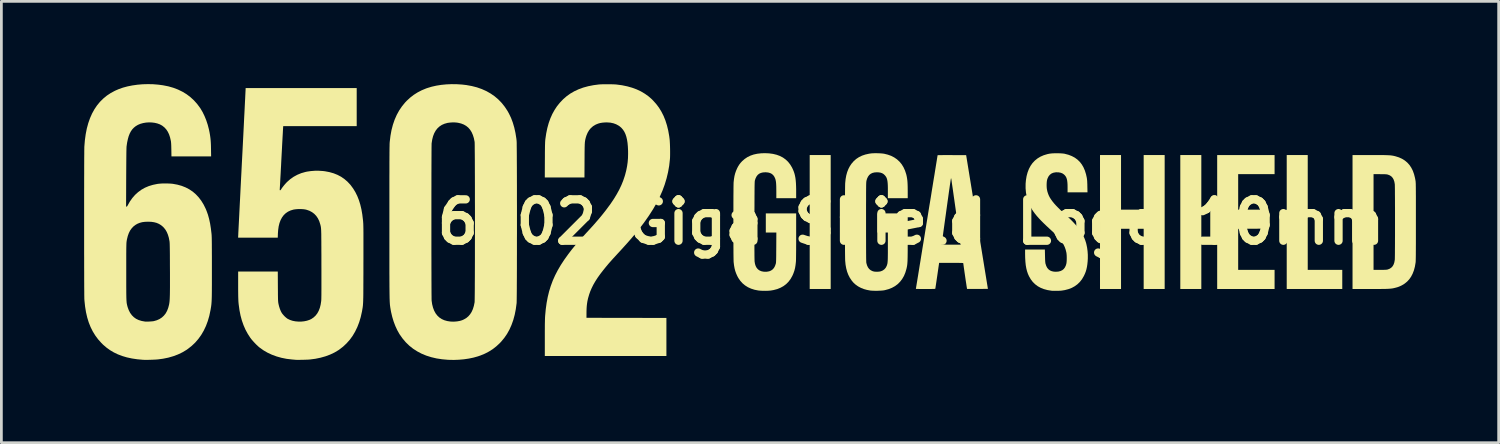
<source format=kicad_pcb>
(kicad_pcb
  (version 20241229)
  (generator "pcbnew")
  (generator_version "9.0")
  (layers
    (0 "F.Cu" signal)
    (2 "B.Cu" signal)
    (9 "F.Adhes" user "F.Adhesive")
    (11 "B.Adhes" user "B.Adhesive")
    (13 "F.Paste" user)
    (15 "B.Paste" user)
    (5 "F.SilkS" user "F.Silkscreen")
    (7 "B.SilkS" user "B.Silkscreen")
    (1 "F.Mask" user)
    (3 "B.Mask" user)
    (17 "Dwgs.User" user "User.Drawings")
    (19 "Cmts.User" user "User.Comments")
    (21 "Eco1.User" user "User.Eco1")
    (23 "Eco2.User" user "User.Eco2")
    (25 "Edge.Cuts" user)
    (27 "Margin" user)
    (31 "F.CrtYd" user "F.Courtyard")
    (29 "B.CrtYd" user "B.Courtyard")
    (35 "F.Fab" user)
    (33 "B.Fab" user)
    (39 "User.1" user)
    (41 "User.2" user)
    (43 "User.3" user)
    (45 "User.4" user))
  (footprint "6502 Giga Shield Logo 10mm"
    (layer "F.Cu")
    (at 29.977 4.999)
    (property "Reference" "6502 Giga Shield Logo 10mm" (at 0 0 0) (layer "F.SilkS") (effects (font (size 1.5 1.5) (thickness 0.3))))
    (attr board_only exclude_from_pos_files exclude_from_bom)
    (fp_poly (pts (xy -2.911 0) (xy -2.911 2.428) (xy -3.291 2.428) (xy -3.672 2.428) (xy -3.672 0) (xy -3.672 -2.428) (xy -3.291 -2.428) (xy -2.911 -2.428)) (stroke (width 0) (type solid)) (fill yes) (layer "F.SilkS"))
    (fp_poly (pts (xy 10.526 0) (xy 10.526 2.428) (xy 10.145 2.428) (xy 9.764 2.428) (xy 9.764 0) (xy 9.764 -2.428) (xy 10.145 -2.428) (xy 10.526 -2.428)) (stroke (width 0) (type solid)) (fill yes) (layer "F.SilkS"))
    (fp_poly (pts (xy 14.384 -0.347) (xy 14.384 1.735) (xy 15.01 1.735) (xy 15.636 1.735) (xy 15.636 2.081) (xy 15.636 2.428) (xy 14.629 2.428) (xy 13.622 2.428) (xy 13.622 0) (xy 13.622 -2.428) (xy 14.003 -2.428) (xy 14.384 -2.428)) (stroke (width 0) (type solid)) (fill yes) (layer "F.SilkS"))
    (fp_poly (pts (xy 7.615 -1.438) (xy 7.615 -0.448) (xy 8.025 -0.448) (xy 8.436 -0.448) (xy 8.436 -1.438) (xy 8.436 -2.428) (xy 8.816 -2.428) (xy 9.197 -2.428) (xy 9.197 0) (xy 9.197 2.428) (xy 8.816 2.428) (xy 8.436 2.428) (xy 8.436 1.337) (xy 8.436 0.245) (xy 8.025 0.245) (xy 7.615 0.245) (xy 7.615 1.337) (xy 7.615 2.428) (xy 7.234 2.428) (xy 6.853 2.428) (xy 6.853 0) (xy 6.853 -2.428) (xy 7.234 -2.428) (xy 7.615 -2.428)) (stroke (width 0) (type solid)) (fill yes) (layer "F.SilkS"))
    (fp_poly (pts (xy 13.182 -2.081) (xy 13.182 -1.735) (xy 12.522 -1.735) (xy 11.862 -1.735) (xy 11.862 -1.091) (xy 11.862 -0.448) (xy 12.387 -0.448) (xy 12.912 -0.448) (xy 12.91 -0.104) (xy 12.907 0.241) (xy 12.385 0.243) (xy 11.862 0.245) (xy 11.862 0.99) (xy 11.862 1.735) (xy 12.522 1.735) (xy 13.182 1.735) (xy 13.182 2.081) (xy 13.182 2.428) (xy 12.142 2.428) (xy 11.101 2.428) (xy 11.101 0) (xy 11.101 -2.428) (xy 12.142 -2.428) (xy 13.182 -2.428)) (stroke (width 0) (type solid)) (fill yes) (layer "F.SilkS"))
    (fp_poly (pts (xy 16.776 -2.428) (xy 16.892 -2.428) (xy 16.993 -2.428) (xy 17.081 -2.427) (xy 17.158 -2.426) (xy 17.224 -2.424) (xy 17.281 -2.422) (xy 17.331 -2.42) (xy 17.374 -2.417) (xy 17.412 -2.413) (xy 17.447 -2.408) (xy 17.478 -2.403) (xy 17.509 -2.396) (xy 17.54 -2.389) (xy 17.567 -2.382) (xy 17.691 -2.343) (xy 17.803 -2.292) (xy 17.903 -2.23) (xy 17.992 -2.156) (xy 18.07 -2.07) (xy 18.137 -1.971) (xy 18.193 -1.86) (xy 18.238 -1.735) (xy 18.273 -1.597) (xy 18.29 -1.506) (xy 18.292 -1.493) (xy 18.294 -1.478) (xy 18.296 -1.462) (xy 18.297 -1.444) (xy 18.298 -1.422) (xy 18.3 -1.396) (xy 18.301 -1.365) (xy 18.301 -1.328) (xy 18.302 -1.285) (xy 18.303 -1.234) (xy 18.303 -1.175) (xy 18.304 -1.107) (xy 18.304 -1.03) (xy 18.305 -0.941) (xy 18.305 -0.841) (xy 18.305 -0.729) (xy 18.305 -0.604) (xy 18.305 -0.465) (xy 18.305 -0.311) (xy 18.305 -0.141) (xy 18.305 -0.008) (xy 18.305 0.181) (xy 18.305 0.355) (xy 18.305 0.513) (xy 18.305 0.656) (xy 18.305 0.785) (xy 18.304 0.9) (xy 18.304 1.003) (xy 18.303 1.093) (xy 18.303 1.172) (xy 18.302 1.241) (xy 18.301 1.299) (xy 18.3 1.348) (xy 18.299 1.388) (xy 18.298 1.42) (xy 18.297 1.445) (xy 18.295 1.463) (xy 18.294 1.472) (xy 18.269 1.619) (xy 18.233 1.753) (xy 18.187 1.873) (xy 18.131 1.981) (xy 18.065 2.076) (xy 17.987 2.16) (xy 17.899 2.232) (xy 17.802 2.292) (xy 17.744 2.321) (xy 17.69 2.344) (xy 17.633 2.364) (xy 17.567 2.382) (xy 17.535 2.39) (xy 17.504 2.397) (xy 17.473 2.404) (xy 17.441 2.409) (xy 17.406 2.413) (xy 17.367 2.417) (xy 17.323 2.42) (xy 17.272 2.423) (xy 17.214 2.425) (xy 17.146 2.426) (xy 17.067 2.427) (xy 16.977 2.428) (xy 16.873 2.428) (xy 16.755 2.428) (xy 16.645 2.428) (xy 16.008 2.428) (xy 16.008 0) (xy 16.008 -1.735) (xy 16.77 -1.735) (xy 16.77 0) (xy 16.77 1.735) (xy 17 1.735) (xy 17.072 1.734) (xy 17.128 1.734) (xy 17.173 1.733) (xy 17.208 1.731) (xy 17.235 1.729) (xy 17.258 1.726) (xy 17.278 1.722) (xy 17.289 1.719) (xy 17.357 1.692) (xy 17.414 1.654) (xy 17.461 1.604) (xy 17.497 1.541) (xy 17.523 1.465) (xy 17.539 1.376) (xy 17.54 1.372) (xy 17.541 1.353) (xy 17.542 1.318) (xy 17.543 1.267) (xy 17.544 1.2) (xy 17.545 1.119) (xy 17.545 1.024) (xy 17.546 0.914) (xy 17.547 0.792) (xy 17.547 0.657) (xy 17.548 0.509) (xy 17.548 0.35) (xy 17.548 0.18) (xy 17.548 0) (xy 17.548 -0.181) (xy 17.548 -0.351) (xy 17.548 -0.51) (xy 17.547 -0.657) (xy 17.547 -0.792) (xy 17.546 -0.915) (xy 17.545 -1.024) (xy 17.545 -1.119) (xy 17.544 -1.201) (xy 17.543 -1.267) (xy 17.542 -1.318) (xy 17.541 -1.353) (xy 17.54 -1.372) (xy 17.524 -1.462) (xy 17.498 -1.539) (xy 17.462 -1.602) (xy 17.416 -1.653) (xy 17.359 -1.691) (xy 17.291 -1.718) (xy 17.289 -1.719) (xy 17.269 -1.723) (xy 17.249 -1.727) (xy 17.224 -1.73) (xy 17.194 -1.732) (xy 17.155 -1.733) (xy 17.106 -1.734) (xy 17.044 -1.734) (xy 17 -1.735) (xy 16.77 -1.735) (xy 16.008 -1.735) (xy 16.008 -2.428) (xy 16.645 -2.428)) (stroke (width 0) (type solid)) (fill yes) (layer "F.SilkS"))
    (fp_poly (pts (xy 1.406 -2.427) (xy 1.482 -2.426) (xy 2 -2.424) (xy 2.395 0) (xy 2.789 2.424) (xy 2.413 2.426) (xy 2.335 2.427) (xy 2.262 2.427) (xy 2.196 2.427) (xy 2.139 2.427) (xy 2.092 2.426) (xy 2.058 2.426) (xy 2.037 2.425) (xy 2.032 2.424) (xy 2.03 2.416) (xy 2.027 2.392) (xy 2.021 2.355) (xy 2.013 2.307) (xy 2.005 2.25) (xy 1.995 2.185) (xy 1.984 2.115) (xy 1.973 2.04) (xy 1.962 1.964) (xy 1.951 1.888) (xy 1.94 1.813) (xy 1.93 1.741) (xy 1.92 1.676) (xy 1.912 1.617) (xy 1.905 1.567) (xy 1.9 1.528) (xy 1.896 1.503) (xy 1.895 1.491) (xy 1.892 1.489) (xy 1.881 1.487) (xy 1.862 1.485) (xy 1.833 1.484) (xy 1.793 1.483) (xy 1.742 1.482) (xy 1.677 1.481) (xy 1.598 1.481) (xy 1.504 1.481) (xy 1.457 1.481) (xy 1.02 1.481) (xy 0.953 1.944) (xy 0.94 2.031) (xy 0.928 2.113) (xy 0.917 2.188) (xy 0.907 2.255) (xy 0.898 2.313) (xy 0.891 2.36) (xy 0.886 2.394) (xy 0.883 2.413) (xy 0.882 2.418) (xy 0.877 2.42) (xy 0.865 2.423) (xy 0.843 2.425) (xy 0.812 2.426) (xy 0.768 2.427) (xy 0.712 2.428) (xy 0.642 2.428) (xy 0.556 2.428) (xy 0.528 2.428) (xy 0.453 2.428) (xy 0.383 2.428) (xy 0.321 2.428) (xy 0.268 2.427) (xy 0.225 2.427) (xy 0.195 2.426) (xy 0.18 2.425) (xy 0.178 2.425) (xy 0.179 2.417) (xy 0.183 2.392) (xy 0.189 2.352) (xy 0.198 2.298) (xy 0.209 2.229) (xy 0.223 2.147) (xy 0.238 2.052) (xy 0.256 1.945) (xy 0.275 1.826) (xy 0.296 1.697) (xy 0.318 1.558) (xy 0.343 1.409) (xy 0.368 1.251) (xy 0.395 1.086) (xy 0.423 0.912) (xy 0.44 0.81) (xy 1.111 0.81) (xy 1.114 0.813) (xy 1.121 0.815) (xy 1.134 0.817) (xy 1.154 0.818) (xy 1.183 0.819) (xy 1.222 0.82) (xy 1.273 0.82) (xy 1.337 0.821) (xy 1.416 0.821) (xy 1.455 0.821) (xy 1.803 0.821) (xy 1.798 0.802) (xy 1.797 0.791) (xy 1.793 0.765) (xy 1.787 0.724) (xy 1.779 0.669) (xy 1.769 0.601) (xy 1.758 0.521) (xy 1.745 0.43) (xy 1.731 0.33) (xy 1.715 0.22) (xy 1.698 0.102) (xy 1.681 -0.023) (xy 1.662 -0.154) (xy 1.643 -0.29) (xy 1.628 -0.398) (xy 1.608 -0.537) (xy 1.589 -0.672) (xy 1.571 -0.801) (xy 1.553 -0.923) (xy 1.537 -1.038) (xy 1.522 -1.145) (xy 1.508 -1.242) (xy 1.495 -1.329) (xy 1.484 -1.405) (xy 1.475 -1.468) (xy 1.468 -1.519) (xy 1.463 -1.555) (xy 1.459 -1.576) (xy 1.458 -1.582) (xy 1.451 -1.58) (xy 1.448 -1.577) (xy 1.446 -1.568) (xy 1.442 -1.543) (xy 1.436 -1.503) (xy 1.428 -1.45) (xy 1.418 -1.383) (xy 1.406 -1.304) (xy 1.394 -1.215) (xy 1.379 -1.115) (xy 1.364 -1.006) (xy 1.348 -0.889) (xy 1.33 -0.764) (xy 1.312 -0.634) (xy 1.293 -0.498) (xy 1.278 -0.389) (xy 1.259 -0.25) (xy 1.24 -0.115) (xy 1.222 0.015) (xy 1.205 0.138) (xy 1.189 0.254) (xy 1.174 0.361) (xy 1.161 0.46) (xy 1.148 0.548) (xy 1.138 0.624) (xy 1.128 0.689) (xy 1.121 0.74) (xy 1.116 0.777) (xy 1.112 0.8) (xy 1.111 0.806) (xy 1.111 0.81) (xy 0.44 0.81) (xy 0.453 0.732) (xy 0.483 0.546) (xy 0.514 0.354) (xy 0.546 0.158) (xy 0.571 0.004) (xy 0.604 -0.196) (xy 0.635 -0.391) (xy 0.666 -0.582) (xy 0.697 -0.767) (xy 0.726 -0.945) (xy 0.753 -1.117) (xy 0.78 -1.281) (xy 0.805 -1.437) (xy 0.829 -1.584) (xy 0.852 -1.721) (xy 0.872 -1.848) (xy 0.891 -1.964) (xy 0.908 -2.069) (xy 0.923 -2.161) (xy 0.936 -2.24) (xy 0.946 -2.306) (xy 0.955 -2.358) (xy 0.96 -2.394) (xy 0.964 -2.416) (xy 0.965 -2.421) (xy 0.973 -2.422) (xy 0.997 -2.424) (xy 1.035 -2.425) (xy 1.087 -2.425) (xy 1.152 -2.426) (xy 1.227 -2.426) (xy 1.312 -2.427)) (stroke (width 0) (type solid)) (fill yes) (layer "F.SilkS"))
    (fp_poly (pts (xy 5.359 -2.492) (xy 5.433 -2.489) (xy 5.501 -2.484) (xy 5.557 -2.477) (xy 5.58 -2.472) (xy 5.712 -2.437) (xy 5.832 -2.39) (xy 5.939 -2.333) (xy 6.035 -2.263) (xy 6.119 -2.182) (xy 6.192 -2.088) (xy 6.254 -1.982) (xy 6.305 -1.863) (xy 6.346 -1.731) (xy 6.373 -1.608) (xy 6.379 -1.569) (xy 6.384 -1.529) (xy 6.388 -1.484) (xy 6.39 -1.43) (xy 6.393 -1.366) (xy 6.394 -1.292) (xy 6.399 -1.075) (xy 6.038 -1.075) (xy 5.677 -1.075) (xy 5.677 -1.25) (xy 5.676 -1.348) (xy 5.671 -1.43) (xy 5.663 -1.5) (xy 5.65 -1.559) (xy 5.632 -1.61) (xy 5.609 -1.653) (xy 5.58 -1.691) (xy 5.546 -1.724) (xy 5.491 -1.762) (xy 5.426 -1.787) (xy 5.35 -1.801) (xy 5.267 -1.803) (xy 5.231 -1.8) (xy 5.156 -1.785) (xy 5.09 -1.756) (xy 5.035 -1.713) (xy 4.989 -1.657) (xy 4.954 -1.587) (xy 4.936 -1.534) (xy 4.927 -1.49) (xy 4.921 -1.434) (xy 4.918 -1.371) (xy 4.918 -1.306) (xy 4.921 -1.245) (xy 4.927 -1.191) (xy 4.928 -1.187) (xy 4.943 -1.113) (xy 4.965 -1.041) (xy 4.992 -0.971) (xy 5.027 -0.9) (xy 5.071 -0.829) (xy 5.123 -0.756) (xy 5.184 -0.679) (xy 5.257 -0.598) (xy 5.341 -0.512) (xy 5.437 -0.418) (xy 5.547 -0.317) (xy 5.563 -0.302) (xy 5.689 -0.185) (xy 5.802 -0.077) (xy 5.901 0.026) (xy 5.989 0.123) (xy 6.066 0.216) (xy 6.133 0.306) (xy 6.191 0.395) (xy 6.24 0.484) (xy 6.282 0.573) (xy 6.318 0.665) (xy 6.348 0.759) (xy 6.361 0.812) (xy 6.385 0.929) (xy 6.402 1.056) (xy 6.411 1.188) (xy 6.411 1.319) (xy 6.405 1.426) (xy 6.394 1.534) (xy 6.379 1.63) (xy 6.36 1.717) (xy 6.336 1.798) (xy 6.305 1.877) (xy 6.267 1.958) (xy 6.264 1.963) (xy 6.2 2.073) (xy 6.124 2.17) (xy 6.037 2.255) (xy 5.939 2.327) (xy 5.83 2.387) (xy 5.71 2.433) (xy 5.578 2.468) (xy 5.458 2.487) (xy 5.426 2.49) (xy 5.382 2.492) (xy 5.33 2.494) (xy 5.274 2.494) (xy 5.218 2.495) (xy 5.166 2.494) (xy 5.123 2.493) (xy 5.092 2.491) (xy 5.089 2.49) (xy 4.948 2.467) (xy 4.819 2.432) (xy 4.702 2.386) (xy 4.596 2.328) (xy 4.502 2.257) (xy 4.418 2.175) (xy 4.344 2.079) (xy 4.281 1.97) (xy 4.278 1.964) (xy 4.239 1.877) (xy 4.207 1.783) (xy 4.181 1.68) (xy 4.161 1.567) (xy 4.148 1.442) (xy 4.14 1.304) (xy 4.137 1.157) (xy 4.137 0.998) (xy 4.496 0.998) (xy 4.854 0.998) (xy 4.859 1.229) (xy 4.861 1.31) (xy 4.863 1.376) (xy 4.866 1.429) (xy 4.87 1.469) (xy 4.874 1.499) (xy 4.877 1.511) (xy 4.904 1.593) (xy 4.939 1.661) (xy 4.985 1.715) (xy 5.04 1.756) (xy 5.107 1.784) (xy 5.184 1.8) (xy 5.253 1.803) (xy 5.342 1.797) (xy 5.418 1.778) (xy 5.484 1.747) (xy 5.538 1.703) (xy 5.581 1.646) (xy 5.614 1.576) (xy 5.633 1.512) (xy 5.64 1.467) (xy 5.645 1.41) (xy 5.647 1.345) (xy 5.647 1.277) (xy 5.645 1.211) (xy 5.64 1.151) (xy 5.633 1.102) (xy 5.632 1.1) (xy 5.607 0.999) (xy 5.574 0.907) (xy 5.533 0.82) (xy 5.481 0.735) (xy 5.417 0.647) (xy 5.387 0.609) (xy 5.353 0.57) (xy 5.321 0.533) (xy 5.287 0.496) (xy 5.251 0.459) (xy 5.209 0.417) (xy 5.16 0.371) (xy 5.103 0.318) (xy 5.035 0.255) (xy 5.03 0.251) (xy 4.913 0.142) (xy 4.809 0.042) (xy 4.716 -0.051) (xy 4.634 -0.138) (xy 4.562 -0.219) (xy 4.498 -0.298) (xy 4.442 -0.373) (xy 4.392 -0.448) (xy 4.348 -0.522) (xy 4.309 -0.598) (xy 4.302 -0.611) (xy 4.243 -0.754) (xy 4.199 -0.905) (xy 4.169 -1.062) (xy 4.155 -1.224) (xy 4.156 -1.391) (xy 4.167 -1.515) (xy 4.191 -1.663) (xy 4.228 -1.8) (xy 4.276 -1.925) (xy 4.336 -2.038) (xy 4.408 -2.14) (xy 4.492 -2.228) (xy 4.587 -2.305) (xy 4.693 -2.369) (xy 4.811 -2.421) (xy 4.94 -2.46) (xy 5.013 -2.476) (xy 5.066 -2.483) (xy 5.131 -2.489) (xy 5.204 -2.492) (xy 5.281 -2.493)) (stroke (width 0) (type solid)) (fill yes) (layer "F.SilkS"))
    (fp_poly (pts (xy -5.145 -2.489) (xy -5.003 -2.47) (xy -4.871 -2.438) (xy -4.751 -2.394) (xy -4.642 -2.337) (xy -4.544 -2.266) (xy -4.457 -2.184) (xy -4.381 -2.088) (xy -4.315 -1.979) (xy -4.305 -1.959) (xy -4.273 -1.89) (xy -4.246 -1.822) (xy -4.223 -1.752) (xy -4.205 -1.678) (xy -4.19 -1.599) (xy -4.179 -1.512) (xy -4.171 -1.416) (xy -4.166 -1.308) (xy -4.163 -1.187) (xy -4.163 -1.102) (xy -4.163 -0.863) (xy -4.522 -0.863) (xy -4.882 -0.863) (xy -4.882 -1.104) (xy -4.883 -1.204) (xy -4.884 -1.287) (xy -4.887 -1.358) (xy -4.891 -1.418) (xy -4.897 -1.468) (xy -4.905 -1.511) (xy -4.914 -1.548) (xy -4.92 -1.567) (xy -4.952 -1.639) (xy -4.993 -1.697) (xy -5.044 -1.743) (xy -5.106 -1.775) (xy -5.178 -1.795) (xy -5.262 -1.803) (xy -5.28 -1.803) (xy -5.366 -1.798) (xy -5.44 -1.78) (xy -5.504 -1.751) (xy -5.557 -1.708) (xy -5.6 -1.652) (xy -5.635 -1.581) (xy -5.658 -1.511) (xy -5.66 -1.504) (xy -5.662 -1.494) (xy -5.663 -1.482) (xy -5.665 -1.466) (xy -5.666 -1.446) (xy -5.667 -1.42) (xy -5.668 -1.389) (xy -5.669 -1.352) (xy -5.67 -1.307) (xy -5.671 -1.254) (xy -5.671 -1.192) (xy -5.672 -1.12) (xy -5.672 -1.037) (xy -5.673 -0.944) (xy -5.673 -0.838) (xy -5.674 -0.72) (xy -5.674 -0.588) (xy -5.675 -0.441) (xy -5.675 -0.28) (xy -5.675 -0.102) (xy -5.675 -0.051) (xy -5.676 0.149) (xy -5.676 0.332) (xy -5.676 0.5) (xy -5.676 0.652) (xy -5.676 0.789) (xy -5.676 0.911) (xy -5.676 1.019) (xy -5.675 1.114) (xy -5.675 1.196) (xy -5.674 1.265) (xy -5.673 1.323) (xy -5.672 1.368) (xy -5.671 1.403) (xy -5.67 1.426) (xy -5.669 1.437) (xy -5.655 1.52) (xy -5.633 1.589) (xy -5.604 1.647) (xy -5.565 1.697) (xy -5.542 1.72) (xy -5.486 1.759) (xy -5.419 1.786) (xy -5.342 1.801) (xy -5.256 1.804) (xy -5.218 1.801) (xy -5.14 1.787) (xy -5.073 1.759) (xy -5.016 1.719) (xy -4.968 1.665) (xy -4.931 1.597) (xy -4.902 1.515) (xy -4.902 1.514) (xy -4.899 1.501) (xy -4.896 1.486) (xy -4.894 1.467) (xy -4.892 1.443) (xy -4.891 1.413) (xy -4.889 1.375) (xy -4.888 1.327) (xy -4.887 1.27) (xy -4.886 1.201) (xy -4.886 1.118) (xy -4.885 1.022) (xy -4.884 0.92) (xy -4.881 0.381) (xy -5.072 0.381) (xy -5.263 0.381) (xy -5.263 0.034) (xy -5.263 -0.313) (xy -4.713 -0.313) (xy -4.163 -0.313) (xy -4.163 0.514) (xy -4.163 0.647) (xy -4.163 0.774) (xy -4.164 0.894) (xy -4.164 1.004) (xy -4.165 1.105) (xy -4.166 1.196) (xy -4.167 1.274) (xy -4.168 1.339) (xy -4.169 1.391) (xy -4.171 1.427) (xy -4.172 1.443) (xy -4.185 1.561) (xy -4.203 1.668) (xy -4.228 1.765) (xy -4.26 1.857) (xy -4.3 1.949) (xy -4.305 1.959) (xy -4.368 2.069) (xy -4.442 2.167) (xy -4.527 2.252) (xy -4.623 2.324) (xy -4.73 2.383) (xy -4.848 2.431) (xy -4.979 2.466) (xy -5.077 2.483) (xy -5.133 2.489) (xy -5.201 2.493) (xy -5.275 2.495) (xy -5.352 2.494) (xy -5.425 2.492) (xy -5.49 2.487) (xy -5.532 2.483) (xy -5.67 2.456) (xy -5.796 2.416) (xy -5.911 2.364) (xy -6.014 2.299) (xy -6.107 2.222) (xy -6.188 2.132) (xy -6.259 2.029) (xy -6.297 1.959) (xy -6.338 1.867) (xy -6.371 1.775) (xy -6.396 1.678) (xy -6.415 1.573) (xy -6.429 1.456) (xy -6.43 1.443) (xy -6.431 1.42) (xy -6.432 1.382) (xy -6.433 1.33) (xy -6.434 1.264) (xy -6.435 1.185) (xy -6.436 1.096) (xy -6.436 0.996) (xy -6.437 0.887) (xy -6.437 0.771) (xy -6.438 0.648) (xy -6.438 0.519) (xy -6.438 0.386) (xy -6.439 0.25) (xy -6.439 0.112) (xy -6.439 -0.027) (xy -6.439 -0.166) (xy -6.439 -0.304) (xy -6.438 -0.439) (xy -6.438 -0.57) (xy -6.438 -0.696) (xy -6.437 -0.817) (xy -6.437 -0.931) (xy -6.436 -1.036) (xy -6.435 -1.132) (xy -6.435 -1.217) (xy -6.434 -1.291) (xy -6.433 -1.352) (xy -6.432 -1.399) (xy -6.431 -1.431) (xy -6.43 -1.443) (xy -6.417 -1.561) (xy -6.399 -1.668) (xy -6.374 -1.765) (xy -6.342 -1.857) (xy -6.302 -1.949) (xy -6.297 -1.959) (xy -6.26 -2.028) (xy -6.222 -2.087) (xy -6.181 -2.141) (xy -6.13 -2.196) (xy -6.118 -2.209) (xy -6.028 -2.287) (xy -5.93 -2.353) (xy -5.822 -2.406) (xy -5.703 -2.447) (xy -5.574 -2.475) (xy -5.434 -2.491) (xy -5.298 -2.496)) (stroke (width 0) (type solid)) (fill yes) (layer "F.SilkS"))
    (fp_poly (pts (xy -1.176 -2.493) (xy -1.105 -2.489) (xy -1.04 -2.484) (xy -0.987 -2.477) (xy -0.977 -2.476) (xy -0.843 -2.443) (xy -0.719 -2.399) (xy -0.607 -2.341) (xy -0.506 -2.271) (xy -0.416 -2.188) (xy -0.338 -2.094) (xy -0.272 -1.987) (xy -0.217 -1.867) (xy -0.174 -1.736) (xy -0.165 -1.701) (xy -0.152 -1.641) (xy -0.142 -1.581) (xy -0.133 -1.518) (xy -0.127 -1.45) (xy -0.123 -1.373) (xy -0.12 -1.287) (xy -0.119 -1.187) (xy -0.118 -1.127) (xy -0.118 -0.863) (xy -0.478 -0.863) (xy -0.838 -0.863) (xy -0.838 -1.126) (xy -0.838 -1.23) (xy -0.84 -1.32) (xy -0.844 -1.396) (xy -0.85 -1.46) (xy -0.859 -1.515) (xy -0.87 -1.561) (xy -0.884 -1.6) (xy -0.902 -1.635) (xy -0.924 -1.667) (xy -0.95 -1.698) (xy -0.95 -1.698) (xy -0.996 -1.74) (xy -1.049 -1.771) (xy -1.11 -1.791) (xy -1.181 -1.801) (xy -1.238 -1.803) (xy -1.324 -1.797) (xy -1.398 -1.779) (xy -1.461 -1.748) (xy -1.514 -1.704) (xy -1.557 -1.646) (xy -1.591 -1.575) (xy -1.614 -1.498) (xy -1.616 -1.489) (xy -1.617 -1.479) (xy -1.619 -1.467) (xy -1.62 -1.452) (xy -1.622 -1.433) (xy -1.623 -1.41) (xy -1.624 -1.382) (xy -1.625 -1.348) (xy -1.626 -1.307) (xy -1.626 -1.258) (xy -1.627 -1.202) (xy -1.627 -1.136) (xy -1.628 -1.06) (xy -1.628 -0.974) (xy -1.628 -0.876) (xy -1.628 -0.767) (xy -1.629 -0.644) (xy -1.629 -0.507) (xy -1.629 -0.356) (xy -1.629 -0.189) (xy -1.629 -0.007) (xy -1.629 0) (xy -1.629 0.192) (xy -1.629 0.367) (xy -1.629 0.527) (xy -1.628 0.672) (xy -1.628 0.802) (xy -1.628 0.919) (xy -1.627 1.023) (xy -1.627 1.114) (xy -1.626 1.194) (xy -1.626 1.263) (xy -1.625 1.321) (xy -1.624 1.369) (xy -1.623 1.408) (xy -1.622 1.439) (xy -1.621 1.462) (xy -1.619 1.477) (xy -1.618 1.485) (xy -1.594 1.57) (xy -1.561 1.642) (xy -1.518 1.7) (xy -1.465 1.745) (xy -1.401 1.778) (xy -1.368 1.789) (xy -1.319 1.799) (xy -1.259 1.803) (xy -1.197 1.802) (xy -1.137 1.796) (xy -1.091 1.786) (xy -1.022 1.756) (xy -0.964 1.714) (xy -0.917 1.66) (xy -0.881 1.592) (xy -0.877 1.58) (xy -0.869 1.559) (xy -0.863 1.538) (xy -0.857 1.515) (xy -0.852 1.49) (xy -0.849 1.461) (xy -0.846 1.426) (xy -0.843 1.384) (xy -0.841 1.334) (xy -0.84 1.273) (xy -0.839 1.202) (xy -0.838 1.118) (xy -0.838 1.02) (xy -0.838 0.907) (xy -0.838 0.895) (xy -0.838 0.381) (xy -1.028 0.381) (xy -1.218 0.381) (xy -1.218 0.034) (xy -1.218 -0.313) (xy -0.668 -0.313) (xy -0.118 -0.313) (xy -0.118 0.539) (xy -0.118 0.689) (xy -0.119 0.822) (xy -0.119 0.941) (xy -0.119 1.046) (xy -0.12 1.138) (xy -0.121 1.219) (xy -0.122 1.29) (xy -0.124 1.352) (xy -0.125 1.406) (xy -0.128 1.453) (xy -0.131 1.494) (xy -0.134 1.531) (xy -0.138 1.563) (xy -0.143 1.594) (xy -0.148 1.623) (xy -0.154 1.652) (xy -0.161 1.682) (xy -0.165 1.701) (xy -0.205 1.835) (xy -0.256 1.957) (xy -0.32 2.067) (xy -0.395 2.165) (xy -0.481 2.251) (xy -0.579 2.324) (xy -0.689 2.385) (xy -0.81 2.433) (xy -0.942 2.469) (xy -0.977 2.476) (xy -1.022 2.482) (xy -1.08 2.487) (xy -1.146 2.49) (xy -1.218 2.493) (xy -1.289 2.493) (xy -1.358 2.492) (xy -1.418 2.489) (xy -1.467 2.485) (xy -1.476 2.484) (xy -1.598 2.461) (xy -1.707 2.431) (xy -1.807 2.392) (xy -1.901 2.343) (xy -1.947 2.313) (xy -2.022 2.258) (xy -2.088 2.196) (xy -2.15 2.122) (xy -2.154 2.116) (xy -2.219 2.019) (xy -2.272 1.915) (xy -2.315 1.803) (xy -2.348 1.68) (xy -2.372 1.546) (xy -2.386 1.4) (xy -2.387 1.372) (xy -2.388 1.329) (xy -2.389 1.271) (xy -2.39 1.199) (xy -2.391 1.116) (xy -2.392 1.021) (xy -2.392 0.917) (xy -2.393 0.804) (xy -2.393 0.684) (xy -2.394 0.558) (xy -2.394 0.427) (xy -2.394 0.292) (xy -2.394 0.154) (xy -2.394 0.016) (xy -2.394 -0.123) (xy -2.394 -0.261) (xy -2.394 -0.397) (xy -2.394 -0.529) (xy -2.393 -0.657) (xy -2.393 -0.778) (xy -2.392 -0.893) (xy -2.392 -1) (xy -2.391 -1.097) (xy -2.39 -1.183) (xy -2.389 -1.258) (xy -2.388 -1.319) (xy -2.387 -1.367) (xy -2.386 -1.399) (xy -2.386 -1.404) (xy -2.371 -1.552) (xy -2.347 -1.687) (xy -2.313 -1.81) (xy -2.269 -1.923) (xy -2.214 -2.028) (xy -2.154 -2.116) (xy -2.075 -2.207) (xy -1.986 -2.286) (xy -1.886 -2.352) (xy -1.775 -2.406) (xy -1.653 -2.447) (xy -1.518 -2.477) (xy -1.439 -2.488) (xy -1.386 -2.492) (xy -1.321 -2.494) (xy -1.25 -2.494)) (stroke (width 0) (type solid)) (fill yes) (layer "F.SilkS"))
    (fp_poly (pts (xy -10.919 -4.995) (xy -10.844 -4.993) (xy -10.775 -4.991) (xy -10.717 -4.988) (xy -10.678 -4.985) (xy -10.476 -4.958) (xy -10.287 -4.919) (xy -10.11 -4.869) (xy -9.945 -4.808) (xy -9.79 -4.735) (xy -9.647 -4.65) (xy -9.513 -4.554) (xy -9.389 -4.445) (xy -9.351 -4.406) (xy -9.238 -4.28) (xy -9.137 -4.146) (xy -9.048 -4.001) (xy -8.97 -3.847) (xy -8.903 -3.681) (xy -8.847 -3.504) (xy -8.801 -3.315) (xy -8.765 -3.113) (xy -8.753 -3.021) (xy -8.747 -2.967) (xy -8.743 -2.899) (xy -8.739 -2.821) (xy -8.736 -2.737) (xy -8.734 -2.648) (xy -8.733 -2.56) (xy -8.733 -2.475) (xy -8.734 -2.396) (xy -8.736 -2.327) (xy -8.74 -2.273) (xy -8.766 -2.038) (xy -8.807 -1.808) (xy -8.861 -1.582) (xy -8.929 -1.357) (xy -9.011 -1.134) (xy -9.109 -0.912) (xy -9.221 -0.69) (xy -9.349 -0.467) (xy -9.494 -0.241) (xy -9.634 -0.04) (xy -9.718 0.074) (xy -9.803 0.185) (xy -9.89 0.296) (xy -9.981 0.408) (xy -10.076 0.522) (xy -10.178 0.641) (xy -10.288 0.766) (xy -10.407 0.898) (xy -10.536 1.04) (xy -10.576 1.083) (xy -10.66 1.174) (xy -10.733 1.254) (xy -10.798 1.324) (xy -10.855 1.388) (xy -10.906 1.445) (xy -10.953 1.498) (xy -10.996 1.549) (xy -11.037 1.598) (xy -11.078 1.648) (xy -11.12 1.7) (xy -11.154 1.742) (xy -11.263 1.883) (xy -11.359 2.017) (xy -11.442 2.146) (xy -11.514 2.27) (xy -11.575 2.392) (xy -11.627 2.513) (xy -11.67 2.635) (xy -11.706 2.76) (xy -11.714 2.793) (xy -11.732 2.878) (xy -11.745 2.963) (xy -11.755 3.052) (xy -11.761 3.148) (xy -11.764 3.256) (xy -11.764 3.283) (xy -11.765 3.473) (xy -10.316 3.475) (xy -8.867 3.478) (xy -8.867 4.167) (xy -8.867 4.857) (xy -11.071 4.857) (xy -13.275 4.857) (xy -13.275 4.211) (xy -13.275 4.075) (xy -13.275 3.954) (xy -13.274 3.847) (xy -13.274 3.754) (xy -13.273 3.672) (xy -13.271 3.602) (xy -13.27 3.54) (xy -13.268 3.487) (xy -13.266 3.44) (xy -13.263 3.4) (xy -13.263 3.397) (xy -13.241 3.16) (xy -13.21 2.935) (xy -13.17 2.721) (xy -13.12 2.516) (xy -13.059 2.318) (xy -12.987 2.124) (xy -12.902 1.934) (xy -12.805 1.746) (xy -12.694 1.557) (xy -12.569 1.366) (xy -12.429 1.171) (xy -12.401 1.134) (xy -12.347 1.063) (xy -12.295 0.996) (xy -12.242 0.93) (xy -12.187 0.864) (xy -12.129 0.795) (xy -12.066 0.723) (xy -11.997 0.645) (xy -11.921 0.56) (xy -11.835 0.466) (xy -11.761 0.385) (xy -11.656 0.271) (xy -11.562 0.168) (xy -11.477 0.073) (xy -11.4 -0.016) (xy -11.328 -0.099) (xy -11.261 -0.179) (xy -11.197 -0.257) (xy -11.135 -0.335) (xy -11.072 -0.415) (xy -11.023 -0.48) (xy -10.89 -0.661) (xy -10.772 -0.836) (xy -10.668 -1.007) (xy -10.577 -1.173) (xy -10.499 -1.338) (xy -10.433 -1.501) (xy -10.378 -1.664) (xy -10.361 -1.722) (xy -10.322 -1.874) (xy -10.293 -2.021) (xy -10.272 -2.167) (xy -10.26 -2.317) (xy -10.256 -2.475) (xy -10.257 -2.584) (xy -10.264 -2.733) (xy -10.276 -2.867) (xy -10.295 -2.987) (xy -10.32 -3.093) (xy -10.352 -3.188) (xy -10.391 -3.271) (xy -10.439 -3.345) (xy -10.494 -3.409) (xy -10.557 -3.465) (xy -10.6 -3.495) (xy -10.69 -3.544) (xy -10.79 -3.58) (xy -10.9 -3.603) (xy -11.019 -3.611) (xy -11.097 -3.61) (xy -11.188 -3.602) (xy -11.268 -3.589) (xy -11.342 -3.568) (xy -11.413 -3.539) (xy -11.439 -3.527) (xy -11.526 -3.474) (xy -11.603 -3.408) (xy -11.668 -3.33) (xy -11.723 -3.238) (xy -11.767 -3.134) (xy -11.791 -3.057) (xy -11.798 -3.028) (xy -11.805 -3.001) (xy -11.81 -2.976) (xy -11.815 -2.949) (xy -11.819 -2.921) (xy -11.823 -2.89) (xy -11.825 -2.854) (xy -11.828 -2.812) (xy -11.829 -2.762) (xy -11.831 -2.704) (xy -11.832 -2.636) (xy -11.833 -2.556) (xy -11.834 -2.464) (xy -11.834 -2.357) (xy -11.835 -2.236) (xy -11.838 -1.616) (xy -12.557 -1.616) (xy -13.276 -1.616) (xy -13.273 -2.253) (xy -13.272 -2.377) (xy -13.272 -2.485) (xy -13.271 -2.579) (xy -13.27 -2.66) (xy -13.269 -2.73) (xy -13.268 -2.789) (xy -13.266 -2.839) (xy -13.265 -2.882) (xy -13.263 -2.918) (xy -13.261 -2.949) (xy -13.258 -2.977) (xy -13.256 -3.003) (xy -13.255 -3.008) (xy -13.224 -3.215) (xy -13.184 -3.408) (xy -13.134 -3.589) (xy -13.074 -3.757) (xy -13.004 -3.914) (xy -12.923 -4.061) (xy -12.832 -4.199) (xy -12.728 -4.327) (xy -12.614 -4.447) (xy -12.61 -4.451) (xy -12.486 -4.559) (xy -12.351 -4.656) (xy -12.206 -4.74) (xy -12.049 -4.813) (xy -11.882 -4.874) (xy -11.702 -4.923) (xy -11.51 -4.961) (xy -11.329 -4.985) (xy -11.283 -4.989) (xy -11.224 -4.992) (xy -11.154 -4.994) (xy -11.078 -4.995) (xy -10.999 -4.995)) (stroke (width 0) (type solid)) (fill yes) (layer "F.SilkS"))
    (fp_poly (pts (xy -16.467 -4.996) (xy -16.279 -4.984) (xy -16.122 -4.966) (xy -15.924 -4.93) (xy -15.736 -4.882) (xy -15.56 -4.82) (xy -15.394 -4.746) (xy -15.239 -4.658) (xy -15.095 -4.558) (xy -14.962 -4.445) (xy -14.84 -4.319) (xy -14.729 -4.18) (xy -14.629 -4.029) (xy -14.576 -3.934) (xy -14.5 -3.776) (xy -14.436 -3.606) (xy -14.382 -3.422) (xy -14.339 -3.227) (xy -14.306 -3.02) (xy -14.298 -2.944) (xy -14.297 -2.925) (xy -14.295 -2.89) (xy -14.294 -2.84) (xy -14.294 -2.775) (xy -14.293 -2.696) (xy -14.292 -2.604) (xy -14.291 -2.499) (xy -14.29 -2.383) (xy -14.29 -2.257) (xy -14.289 -2.12) (xy -14.288 -1.975) (xy -14.288 -1.82) (xy -14.287 -1.659) (xy -14.287 -1.49) (xy -14.286 -1.315) (xy -14.286 -1.135) (xy -14.286 -0.95) (xy -14.286 -0.761) (xy -14.285 -0.57) (xy -14.285 -0.376) (xy -14.285 -0.181) (xy -14.285 0.015) (xy -14.285 0.211) (xy -14.285 0.407) (xy -14.286 0.6) (xy -14.286 0.791) (xy -14.286 0.979) (xy -14.286 1.163) (xy -14.287 1.343) (xy -14.287 1.517) (xy -14.287 1.684) (xy -14.288 1.845) (xy -14.288 1.998) (xy -14.289 2.142) (xy -14.29 2.277) (xy -14.29 2.402) (xy -14.291 2.516) (xy -14.292 2.619) (xy -14.293 2.709) (xy -14.294 2.786) (xy -14.295 2.849) (xy -14.296 2.897) (xy -14.297 2.93) (xy -14.298 2.944) (xy -14.327 3.16) (xy -14.367 3.363) (xy -14.419 3.554) (xy -14.483 3.733) (xy -14.558 3.901) (xy -14.645 4.057) (xy -14.745 4.202) (xy -14.856 4.336) (xy -14.908 4.391) (xy -15.032 4.506) (xy -15.162 4.608) (xy -15.301 4.696) (xy -15.449 4.773) (xy -15.609 4.839) (xy -15.705 4.872) (xy -15.862 4.916) (xy -16.031 4.951) (xy -16.209 4.977) (xy -16.392 4.993) (xy -16.578 5) (xy -16.763 4.996) (xy -16.787 4.995) (xy -16.999 4.976) (xy -17.202 4.945) (xy -17.393 4.9) (xy -17.574 4.843) (xy -17.743 4.773) (xy -17.902 4.689) (xy -18.051 4.593) (xy -18.188 4.484) (xy -18.314 4.362) (xy -18.429 4.227) (xy -18.533 4.08) (xy -18.543 4.066) (xy -18.622 3.926) (xy -18.693 3.774) (xy -18.755 3.611) (xy -18.807 3.439) (xy -18.849 3.26) (xy -18.864 3.179) (xy -18.868 3.154) (xy -18.872 3.131) (xy -18.876 3.109) (xy -18.879 3.087) (xy -18.882 3.065) (xy -18.885 3.043) (xy -18.888 3.019) (xy -18.891 2.993) (xy -18.893 2.965) (xy -18.895 2.933) (xy -18.897 2.899) (xy -18.899 2.86) (xy -18.9 2.816) (xy -18.902 2.767) (xy -18.903 2.712) (xy -18.904 2.65) (xy -18.905 2.582) (xy -18.906 2.506) (xy -18.907 2.421) (xy -18.908 2.328) (xy -18.908 2.226) (xy -18.909 2.114) (xy -18.909 1.991) (xy -18.91 1.857) (xy -18.91 1.712) (xy -18.91 1.554) (xy -18.91 1.384) (xy -18.91 1.2) (xy -18.91 1.002) (xy -18.91 0.79) (xy -18.91 0.563) (xy -18.91 0.32) (xy -18.91 0.061) (xy -18.91 0.032) (xy -17.387 0.032) (xy -17.387 0.223) (xy -17.387 0.414) (xy -17.387 0.604) (xy -17.387 0.791) (xy -17.387 0.974) (xy -17.387 1.154) (xy -17.386 1.329) (xy -17.386 1.498) (xy -17.386 1.661) (xy -17.385 1.817) (xy -17.385 1.965) (xy -17.385 2.104) (xy -17.384 2.234) (xy -17.384 2.354) (xy -17.383 2.462) (xy -17.383 2.559) (xy -17.382 2.644) (xy -17.381 2.715) (xy -17.381 2.772) (xy -17.38 2.814) (xy -17.379 2.841) (xy -17.379 2.849) (xy -17.359 2.984) (xy -17.328 3.106) (xy -17.287 3.214) (xy -17.235 3.31) (xy -17.172 3.392) (xy -17.099 3.461) (xy -17.015 3.517) (xy -16.92 3.56) (xy -16.814 3.59) (xy -16.698 3.608) (xy -16.605 3.612) (xy -16.556 3.611) (xy -16.501 3.607) (xy -16.451 3.602) (xy -16.44 3.6) (xy -16.37 3.588) (xy -16.312 3.573) (xy -16.258 3.554) (xy -16.208 3.531) (xy -16.122 3.481) (xy -16.047 3.418) (xy -15.983 3.344) (xy -15.928 3.257) (xy -15.883 3.157) (xy -15.848 3.043) (xy -15.822 2.916) (xy -15.821 2.91) (xy -15.82 2.895) (xy -15.819 2.863) (xy -15.818 2.816) (xy -15.817 2.754) (xy -15.816 2.679) (xy -15.815 2.59) (xy -15.814 2.489) (xy -15.813 2.376) (xy -15.813 2.253) (xy -15.812 2.12) (xy -15.811 1.977) (xy -15.811 1.826) (xy -15.81 1.667) (xy -15.81 1.501) (xy -15.809 1.329) (xy -15.809 1.152) (xy -15.809 0.97) (xy -15.809 0.784) (xy -15.808 0.595) (xy -15.808 0.403) (xy -15.808 0.21) (xy -15.808 0.016) (xy -15.808 -0.178) (xy -15.808 -0.371) (xy -15.808 -0.563) (xy -15.809 -0.752) (xy -15.809 -0.939) (xy -15.809 -1.122) (xy -15.809 -1.3) (xy -15.81 -1.473) (xy -15.81 -1.64) (xy -15.811 -1.8) (xy -15.811 -1.953) (xy -15.812 -2.097) (xy -15.812 -2.232) (xy -15.813 -2.357) (xy -15.814 -2.471) (xy -15.815 -2.574) (xy -15.816 -2.665) (xy -15.816 -2.743) (xy -15.817 -2.807) (xy -15.818 -2.856) (xy -15.819 -2.891) (xy -15.821 -2.909) (xy -15.821 -2.91) (xy -15.847 -3.04) (xy -15.883 -3.155) (xy -15.928 -3.257) (xy -15.984 -3.346) (xy -16.049 -3.421) (xy -16.126 -3.484) (xy -16.213 -3.534) (xy -16.311 -3.572) (xy -16.421 -3.598) (xy -16.47 -3.605) (xy -16.546 -3.611) (xy -16.629 -3.611) (xy -16.714 -3.605) (xy -16.791 -3.595) (xy -16.808 -3.592) (xy -16.914 -3.562) (xy -17.009 -3.52) (xy -17.094 -3.464) (xy -17.168 -3.396) (xy -17.231 -3.315) (xy -17.284 -3.22) (xy -17.326 -3.113) (xy -17.357 -2.992) (xy -17.378 -2.858) (xy -17.379 -2.849) (xy -17.38 -2.834) (xy -17.38 -2.802) (xy -17.381 -2.755) (xy -17.382 -2.693) (xy -17.382 -2.617) (xy -17.383 -2.529) (xy -17.383 -2.428) (xy -17.384 -2.315) (xy -17.384 -2.192) (xy -17.385 -2.059) (xy -17.385 -1.917) (xy -17.386 -1.766) (xy -17.386 -1.608) (xy -17.386 -1.443) (xy -17.386 -1.272) (xy -17.387 -1.095) (xy -17.387 -0.914) (xy -17.387 -0.729) (xy -17.387 -0.542) (xy -17.387 -0.352) (xy -17.387 -0.16) (xy -17.387 0.032) (xy -18.91 0.032) (xy -18.91 0) (xy -18.91 -0.261) (xy -18.91 -0.505) (xy -18.91 -0.733) (xy -18.91 -0.946) (xy -18.91 -1.145) (xy -18.91 -1.329) (xy -18.91 -1.5) (xy -18.91 -1.657) (xy -18.909 -1.802) (xy -18.909 -1.936) (xy -18.909 -2.057) (xy -18.909 -2.168) (xy -18.908 -2.269) (xy -18.908 -2.36) (xy -18.907 -2.442) (xy -18.907 -2.515) (xy -18.906 -2.58) (xy -18.906 -2.638) (xy -18.905 -2.689) (xy -18.904 -2.733) (xy -18.903 -2.772) (xy -18.903 -2.805) (xy -18.902 -2.833) (xy -18.901 -2.858) (xy -18.9 -2.878) (xy -18.898 -2.896) (xy -18.897 -2.91) (xy -18.871 -3.127) (xy -18.833 -3.334) (xy -18.782 -3.529) (xy -18.719 -3.712) (xy -18.643 -3.885) (xy -18.554 -4.046) (xy -18.453 -4.195) (xy -18.34 -4.333) (xy -18.28 -4.396) (xy -18.157 -4.51) (xy -18.026 -4.611) (xy -17.887 -4.699) (xy -17.738 -4.776) (xy -17.577 -4.843) (xy -17.53 -4.859) (xy -17.374 -4.906) (xy -17.206 -4.944) (xy -17.029 -4.972) (xy -16.845 -4.99) (xy -16.657 -4.998)) (stroke (width 0) (type solid)) (fill yes) (layer "F.SilkS"))
    (fp_poly (pts (xy -20.095 -4.167) (xy -20.095 -3.477) (xy -21.427 -3.477) (xy -22.759 -3.477) (xy -22.764 -3.408) (xy -22.765 -3.39) (xy -22.767 -3.357) (xy -22.77 -3.31) (xy -22.773 -3.248) (xy -22.777 -3.175) (xy -22.782 -3.09) (xy -22.787 -2.994) (xy -22.793 -2.89) (xy -22.799 -2.778) (xy -22.805 -2.659) (xy -22.812 -2.534) (xy -22.819 -2.405) (xy -22.824 -2.31) (xy -22.831 -2.178) (xy -22.837 -2.05) (xy -22.844 -1.927) (xy -22.85 -1.81) (xy -22.856 -1.701) (xy -22.862 -1.599) (xy -22.867 -1.507) (xy -22.871 -1.425) (xy -22.875 -1.356) (xy -22.878 -1.298) (xy -22.881 -1.255) (xy -22.882 -1.227) (xy -22.883 -1.216) (xy -22.885 -1.183) (xy -22.885 -1.164) (xy -22.883 -1.154) (xy -22.876 -1.151) (xy -22.871 -1.151) (xy -22.854 -1.158) (xy -22.841 -1.175) (xy -22.822 -1.206) (xy -22.795 -1.246) (xy -22.76 -1.291) (xy -22.722 -1.339) (xy -22.682 -1.385) (xy -22.643 -1.428) (xy -22.616 -1.455) (xy -22.503 -1.555) (xy -22.379 -1.641) (xy -22.247 -1.713) (xy -22.106 -1.771) (xy -21.956 -1.814) (xy -21.896 -1.827) (xy -21.758 -1.847) (xy -21.612 -1.858) (xy -21.464 -1.858) (xy -21.318 -1.849) (xy -21.246 -1.84) (xy -21.083 -1.809) (xy -20.932 -1.766) (xy -20.792 -1.71) (xy -20.661 -1.641) (xy -20.541 -1.558) (xy -20.43 -1.463) (xy -20.327 -1.353) (xy -20.307 -1.328) (xy -20.22 -1.209) (xy -20.142 -1.08) (xy -20.074 -0.942) (xy -20.015 -0.793) (xy -19.965 -0.632) (xy -19.924 -0.459) (xy -19.892 -0.273) (xy -19.868 -0.073) (xy -19.862 -0.016) (xy -19.861 0.006) (xy -19.859 0.03) (xy -19.857 0.057) (xy -19.856 0.087) (xy -19.855 0.122) (xy -19.854 0.161) (xy -19.853 0.207) (xy -19.852 0.26) (xy -19.852 0.32) (xy -19.851 0.389) (xy -19.851 0.468) (xy -19.851 0.556) (xy -19.851 0.656) (xy -19.851 0.768) (xy -19.851 0.892) (xy -19.851 1.031) (xy -19.851 1.183) (xy -19.851 1.351) (xy -19.852 1.519) (xy -19.852 1.702) (xy -19.852 1.869) (xy -19.853 2.021) (xy -19.853 2.159) (xy -19.854 2.283) (xy -19.854 2.395) (xy -19.855 2.495) (xy -19.855 2.584) (xy -19.856 2.664) (xy -19.857 2.734) (xy -19.859 2.796) (xy -19.86 2.851) (xy -19.862 2.9) (xy -19.864 2.943) (xy -19.867 2.981) (xy -19.869 3.016) (xy -19.873 3.048) (xy -19.876 3.078) (xy -19.88 3.106) (xy -19.885 3.134) (xy -19.89 3.163) (xy -19.895 3.194) (xy -19.901 3.227) (xy -19.905 3.249) (xy -19.949 3.447) (xy -20.005 3.634) (xy -20.073 3.81) (xy -20.153 3.975) (xy -20.245 4.13) (xy -20.349 4.272) (xy -20.465 4.402) (xy -20.592 4.521) (xy -20.73 4.627) (xy -20.764 4.65) (xy -20.906 4.734) (xy -21.061 4.807) (xy -21.228 4.869) (xy -21.405 4.919) (xy -21.593 4.958) (xy -21.783 4.983) (xy -21.816 4.986) (xy -21.861 4.989) (xy -21.916 4.991) (xy -21.977 4.993) (xy -22.041 4.995) (xy -22.105 4.996) (xy -22.166 4.997) (xy -22.22 4.997) (xy -22.264 4.997) (xy -22.296 4.996) (xy -22.303 4.996) (xy -22.327 4.994) (xy -22.362 4.99) (xy -22.405 4.987) (xy -22.447 4.983) (xy -22.639 4.96) (xy -22.823 4.923) (xy -23.001 4.873) (xy -23.169 4.811) (xy -23.328 4.737) (xy -23.476 4.651) (xy -23.613 4.553) (xy -23.628 4.542) (xy -23.679 4.497) (xy -23.736 4.443) (xy -23.795 4.382) (xy -23.852 4.32) (xy -23.904 4.26) (xy -23.946 4.205) (xy -23.951 4.199) (xy -24.045 4.054) (xy -24.128 3.902) (xy -24.198 3.741) (xy -24.258 3.571) (xy -24.307 3.389) (xy -24.345 3.197) (xy -24.373 2.992) (xy -24.381 2.912) (xy -24.384 2.872) (xy -24.386 2.824) (xy -24.388 2.769) (xy -24.39 2.704) (xy -24.391 2.628) (xy -24.392 2.54) (xy -24.393 2.438) (xy -24.393 2.321) (xy -24.393 2.282) (xy -24.393 1.794) (xy -23.675 1.794) (xy -22.956 1.794) (xy -22.953 2.333) (xy -22.952 2.443) (xy -22.951 2.537) (xy -22.951 2.617) (xy -22.95 2.684) (xy -22.949 2.74) (xy -22.948 2.787) (xy -22.947 2.825) (xy -22.945 2.857) (xy -22.943 2.884) (xy -22.941 2.906) (xy -22.938 2.926) (xy -22.935 2.946) (xy -22.931 2.965) (xy -22.931 2.968) (xy -22.909 3.059) (xy -22.881 3.147) (xy -22.849 3.227) (xy -22.818 3.286) (xy -22.789 3.329) (xy -22.749 3.376) (xy -22.705 3.423) (xy -22.658 3.465) (xy -22.615 3.499) (xy -22.597 3.51) (xy -22.514 3.55) (xy -22.42 3.581) (xy -22.318 3.601) (xy -22.212 3.61) (xy -22.105 3.61) (xy -21.999 3.599) (xy -21.899 3.578) (xy -21.806 3.547) (xy -21.742 3.517) (xy -21.659 3.461) (xy -21.586 3.393) (xy -21.524 3.313) (xy -21.473 3.22) (xy -21.432 3.114) (xy -21.402 2.995) (xy -21.382 2.864) (xy -21.381 2.856) (xy -21.38 2.835) (xy -21.378 2.802) (xy -21.377 2.757) (xy -21.376 2.699) (xy -21.375 2.629) (xy -21.375 2.544) (xy -21.374 2.446) (xy -21.374 2.333) (xy -21.374 2.206) (xy -21.374 2.063) (xy -21.374 1.905) (xy -21.374 1.73) (xy -21.375 1.54) (xy -21.375 1.51) (xy -21.375 1.339) (xy -21.375 1.184) (xy -21.376 1.043) (xy -21.376 0.917) (xy -21.377 0.805) (xy -21.377 0.705) (xy -21.378 0.616) (xy -21.379 0.539) (xy -21.379 0.471) (xy -21.38 0.412) (xy -21.382 0.361) (xy -21.383 0.318) (xy -21.385 0.281) (xy -21.387 0.249) (xy -21.389 0.222) (xy -21.392 0.198) (xy -21.395 0.177) (xy -21.398 0.159) (xy -21.402 0.141) (xy -21.406 0.123) (xy -21.411 0.105) (xy -21.416 0.085) (xy -21.418 0.078) (xy -21.454 -0.034) (xy -21.502 -0.133) (xy -21.561 -0.22) (xy -21.632 -0.295) (xy -21.714 -0.357) (xy -21.807 -0.407) (xy -21.91 -0.443) (xy -21.956 -0.454) (xy -22.015 -0.463) (xy -22.084 -0.468) (xy -22.16 -0.47) (xy -22.237 -0.468) (xy -22.309 -0.462) (xy -22.372 -0.453) (xy -22.388 -0.45) (xy -22.492 -0.419) (xy -22.586 -0.375) (xy -22.669 -0.318) (xy -22.741 -0.249) (xy -22.802 -0.167) (xy -22.853 -0.072) (xy -22.894 0.036) (xy -22.924 0.157) (xy -22.943 0.291) (xy -22.952 0.421) (xy -22.957 0.567) (xy -23.675 0.567) (xy -24.393 0.567) (xy -24.393 0.537) (xy -24.393 0.527) (xy -24.391 0.5) (xy -24.389 0.457) (xy -24.387 0.4) (xy -24.383 0.328) (xy -24.379 0.242) (xy -24.374 0.144) (xy -24.368 0.033) (xy -24.362 -0.09) (xy -24.355 -0.223) (xy -24.348 -0.367) (xy -24.34 -0.521) (xy -24.332 -0.684) (xy -24.323 -0.855) (xy -24.314 -1.035) (xy -24.305 -1.221) (xy -24.295 -1.414) (xy -24.285 -1.613) (xy -24.274 -1.817) (xy -24.264 -2.025) (xy -24.258 -2.14) (xy -24.247 -2.351) (xy -24.236 -2.557) (xy -24.226 -2.759) (xy -24.216 -2.955) (xy -24.206 -3.146) (xy -24.197 -3.329) (xy -24.188 -3.505) (xy -24.18 -3.673) (xy -24.172 -3.832) (xy -24.164 -3.981) (xy -24.157 -4.121) (xy -24.151 -4.25) (xy -24.145 -4.368) (xy -24.139 -4.473) (xy -24.135 -4.566) (xy -24.131 -4.646) (xy -24.128 -4.711) (xy -24.125 -4.762) (xy -24.123 -4.798) (xy -24.123 -4.818) (xy -24.122 -4.822) (xy -24.122 -4.857) (xy -22.109 -4.857) (xy -20.095 -4.857)) (stroke (width 0) (type solid)) (fill yes) (layer "F.SilkS"))
    (fp_poly (pts (xy -27.47 -4.995) (xy -27.28 -4.979) (xy -27.118 -4.957) (xy -26.925 -4.919) (xy -26.744 -4.867) (xy -26.573 -4.802) (xy -26.413 -4.724) (xy -26.263 -4.633) (xy -26.125 -4.529) (xy -25.997 -4.411) (xy -25.88 -4.281) (xy -25.774 -4.138) (xy -25.762 -4.121) (xy -25.684 -3.989) (xy -25.613 -3.844) (xy -25.55 -3.689) (xy -25.496 -3.525) (xy -25.452 -3.355) (xy -25.43 -3.249) (xy -25.416 -3.169) (xy -25.405 -3.095) (xy -25.396 -3.023) (xy -25.389 -2.951) (xy -25.384 -2.874) (xy -25.38 -2.79) (xy -25.378 -2.693) (xy -25.377 -2.642) (xy -25.373 -2.378) (xy -26.092 -2.378) (xy -26.811 -2.378) (xy -26.815 -2.625) (xy -26.817 -2.712) (xy -26.819 -2.784) (xy -26.822 -2.843) (xy -26.826 -2.89) (xy -26.83 -2.928) (xy -26.834 -2.947) (xy -26.862 -3.069) (xy -26.898 -3.178) (xy -26.944 -3.273) (xy -26.998 -3.355) (xy -27.063 -3.427) (xy -27.138 -3.487) (xy -27.152 -3.497) (xy -27.231 -3.54) (xy -27.321 -3.573) (xy -27.419 -3.596) (xy -27.522 -3.609) (xy -27.629 -3.612) (xy -27.735 -3.605) (xy -27.839 -3.587) (xy -27.937 -3.56) (xy -28.027 -3.522) (xy -28.032 -3.519) (xy -28.107 -3.474) (xy -28.173 -3.421) (xy -28.231 -3.36) (xy -28.282 -3.288) (xy -28.325 -3.206) (xy -28.362 -3.112) (xy -28.392 -3.004) (xy -28.418 -2.882) (xy -28.438 -2.746) (xy -28.439 -2.737) (xy -28.44 -2.715) (xy -28.442 -2.677) (xy -28.443 -2.621) (xy -28.445 -2.55) (xy -28.446 -2.463) (xy -28.447 -2.359) (xy -28.448 -2.241) (xy -28.449 -2.107) (xy -28.45 -1.957) (xy -28.451 -1.793) (xy -28.452 -1.614) (xy -28.452 -1.61) (xy -28.456 -0.558) (xy -28.438 -0.558) (xy -28.423 -0.565) (xy -28.408 -0.585) (xy -28.4 -0.599) (xy -28.32 -0.741) (xy -28.23 -0.869) (xy -28.131 -0.983) (xy -28.021 -1.083) (xy -27.902 -1.17) (xy -27.773 -1.243) (xy -27.634 -1.302) (xy -27.485 -1.347) (xy -27.326 -1.38) (xy -27.266 -1.388) (xy -27.206 -1.393) (xy -27.135 -1.397) (xy -27.057 -1.398) (xy -26.975 -1.398) (xy -26.896 -1.395) (xy -26.824 -1.391) (xy -26.763 -1.385) (xy -26.758 -1.384) (xy -26.594 -1.354) (xy -26.44 -1.311) (xy -26.296 -1.254) (xy -26.163 -1.184) (xy -26.039 -1.101) (xy -25.926 -1.003) (xy -25.822 -0.892) (xy -25.728 -0.768) (xy -25.643 -0.629) (xy -25.568 -0.476) (xy -25.537 -0.4) (xy -25.488 -0.264) (xy -25.446 -0.112) (xy -25.41 0.054) (xy -25.382 0.232) (xy -25.359 0.423) (xy -25.356 0.461) (xy -25.354 0.485) (xy -25.353 0.517) (xy -25.351 0.556) (xy -25.35 0.605) (xy -25.349 0.662) (xy -25.348 0.731) (xy -25.347 0.81) (xy -25.347 0.901) (xy -25.346 1.004) (xy -25.346 1.121) (xy -25.345 1.252) (xy -25.345 1.397) (xy -25.345 1.559) (xy -25.345 1.696) (xy -25.345 1.863) (xy -25.345 2.014) (xy -25.345 2.15) (xy -25.345 2.273) (xy -25.346 2.382) (xy -25.346 2.48) (xy -25.347 2.566) (xy -25.348 2.643) (xy -25.349 2.711) (xy -25.351 2.772) (xy -25.353 2.825) (xy -25.355 2.873) (xy -25.358 2.916) (xy -25.361 2.956) (xy -25.364 2.992) (xy -25.369 3.028) (xy -25.373 3.062) (xy -25.379 3.097) (xy -25.385 3.133) (xy -25.391 3.171) (xy -25.397 3.202) (xy -25.439 3.402) (xy -25.494 3.591) (xy -25.561 3.77) (xy -25.64 3.937) (xy -25.732 4.094) (xy -25.836 4.239) (xy -25.951 4.372) (xy -26.079 4.493) (xy -26.218 4.602) (xy -26.271 4.639) (xy -26.419 4.727) (xy -26.577 4.802) (xy -26.745 4.865) (xy -26.925 4.917) (xy -27.117 4.956) (xy -27.287 4.979) (xy -27.329 4.983) (xy -27.383 4.987) (xy -27.447 4.99) (xy -27.516 4.993) (xy -27.587 4.995) (xy -27.657 4.997) (xy -27.723 4.997) (xy -27.78 4.997) (xy -27.826 4.996) (xy -27.845 4.995) (xy -28.052 4.976) (xy -28.245 4.947) (xy -28.426 4.908) (xy -28.595 4.858) (xy -28.753 4.798) (xy -28.901 4.727) (xy -29.039 4.645) (xy -29.169 4.551) (xy -29.292 4.445) (xy -29.356 4.381) (xy -29.471 4.252) (xy -29.573 4.114) (xy -29.664 3.966) (xy -29.743 3.808) (xy -29.81 3.64) (xy -29.865 3.461) (xy -29.909 3.27) (xy -29.942 3.067) (xy -29.965 2.852) (xy -29.969 2.792) (xy -29.97 2.77) (xy -29.97 2.733) (xy -29.971 2.679) (xy -29.972 2.612) (xy -29.972 2.531) (xy -29.973 2.436) (xy -29.974 2.33) (xy -29.974 2.212) (xy -29.975 2.084) (xy -29.975 1.947) (xy -29.975 1.802) (xy -28.45 1.802) (xy -28.45 1.961) (xy -28.45 2.105) (xy -28.45 2.233) (xy -28.45 2.347) (xy -28.449 2.448) (xy -28.449 2.538) (xy -28.448 2.616) (xy -28.447 2.684) (xy -28.446 2.744) (xy -28.444 2.795) (xy -28.442 2.839) (xy -28.439 2.878) (xy -28.437 2.911) (xy -28.433 2.94) (xy -28.429 2.966) (xy -28.424 2.99) (xy -28.419 3.012) (xy -28.413 3.035) (xy -28.407 3.059) (xy -28.4 3.084) (xy -28.4 3.084) (xy -28.36 3.194) (xy -28.31 3.292) (xy -28.249 3.377) (xy -28.177 3.449) (xy -28.095 3.508) (xy -28.002 3.553) (xy -27.899 3.585) (xy -27.845 3.596) (xy -27.813 3.601) (xy -27.786 3.606) (xy -27.77 3.609) (xy -27.769 3.609) (xy -27.75 3.611) (xy -27.718 3.611) (xy -27.677 3.611) (xy -27.63 3.609) (xy -27.581 3.606) (xy -27.534 3.603) (xy -27.493 3.599) (xy -27.462 3.595) (xy -27.451 3.593) (xy -27.343 3.562) (xy -27.246 3.519) (xy -27.16 3.463) (xy -27.086 3.395) (xy -27.022 3.315) (xy -26.97 3.221) (xy -26.929 3.115) (xy -26.898 2.997) (xy -26.893 2.969) (xy -26.888 2.94) (xy -26.884 2.909) (xy -26.88 2.875) (xy -26.877 2.836) (xy -26.874 2.792) (xy -26.872 2.742) (xy -26.87 2.685) (xy -26.868 2.619) (xy -26.867 2.545) (xy -26.866 2.46) (xy -26.865 2.364) (xy -26.865 2.257) (xy -26.865 2.136) (xy -26.865 2.001) (xy -26.865 1.851) (xy -26.866 1.701) (xy -26.867 1.552) (xy -26.867 1.42) (xy -26.868 1.303) (xy -26.868 1.199) (xy -26.869 1.109) (xy -26.87 1.03) (xy -26.871 0.962) (xy -26.872 0.905) (xy -26.873 0.856) (xy -26.874 0.815) (xy -26.875 0.781) (xy -26.877 0.753) (xy -26.878 0.73) (xy -26.88 0.711) (xy -26.882 0.695) (xy -26.883 0.69) (xy -26.907 0.568) (xy -26.939 0.461) (xy -26.978 0.367) (xy -27.025 0.284) (xy -27.081 0.212) (xy -27.118 0.173) (xy -27.189 0.114) (xy -27.265 0.068) (xy -27.348 0.032) (xy -27.44 0.008) (xy -27.543 -0.007) (xy -27.658 -0.011) (xy -27.659 -0.011) (xy -27.772 -0.007) (xy -27.872 0.006) (xy -27.962 0.03) (xy -28.044 0.063) (xy -28.111 0.102) (xy -28.188 0.16) (xy -28.254 0.23) (xy -28.311 0.31) (xy -28.357 0.402) (xy -28.395 0.508) (xy -28.424 0.626) (xy -28.435 0.687) (xy -28.437 0.703) (xy -28.439 0.719) (xy -28.441 0.737) (xy -28.443 0.759) (xy -28.444 0.784) (xy -28.445 0.814) (xy -28.446 0.85) (xy -28.447 0.893) (xy -28.448 0.944) (xy -28.449 1.003) (xy -28.449 1.072) (xy -28.45 1.152) (xy -28.45 1.244) (xy -28.45 1.348) (xy -28.45 1.466) (xy -28.45 1.599) (xy -28.45 1.747) (xy -28.45 1.802) (xy -29.975 1.802) (xy -29.975 1.8) (xy -29.976 1.646) (xy -29.976 1.484) (xy -29.976 1.315) (xy -29.977 1.142) (xy -29.977 0.963) (xy -29.977 0.78) (xy -29.977 0.594) (xy -29.977 0.406) (xy -29.977 0.216) (xy -29.977 0.025) (xy -29.977 -0.166) (xy -29.977 -0.356) (xy -29.977 -0.544) (xy -29.977 -0.73) (xy -29.977 -0.912) (xy -29.977 -1.091) (xy -29.976 -1.265) (xy -29.976 -1.433) (xy -29.976 -1.594) (xy -29.975 -1.748) (xy -29.975 -1.895) (xy -29.975 -2.032) (xy -29.974 -2.16) (xy -29.974 -2.277) (xy -29.973 -2.382) (xy -29.972 -2.476) (xy -29.972 -2.557) (xy -29.971 -2.624) (xy -29.97 -2.676) (xy -29.97 -2.714) (xy -29.969 -2.733) (xy -29.95 -2.964) (xy -29.92 -3.183) (xy -29.88 -3.388) (xy -29.828 -3.581) (xy -29.765 -3.761) (xy -29.691 -3.929) (xy -29.606 -4.084) (xy -29.51 -4.227) (xy -29.402 -4.358) (xy -29.283 -4.476) (xy -29.153 -4.583) (xy -29.011 -4.677) (xy -28.858 -4.759) (xy -28.725 -4.817) (xy -28.57 -4.872) (xy -28.403 -4.917) (xy -28.227 -4.952) (xy -28.043 -4.978) (xy -27.854 -4.994) (xy -27.662 -4.999)) (stroke (width 0) (type solid)) (fill yes) (layer "F.SilkS")))
  (gr_rect
    (start -3 -3)
    (end 51.283 12.999)
    (stroke (width 0.1) (type default))
    (fill no)
    (layer "Edge.Cuts")))
</source>
